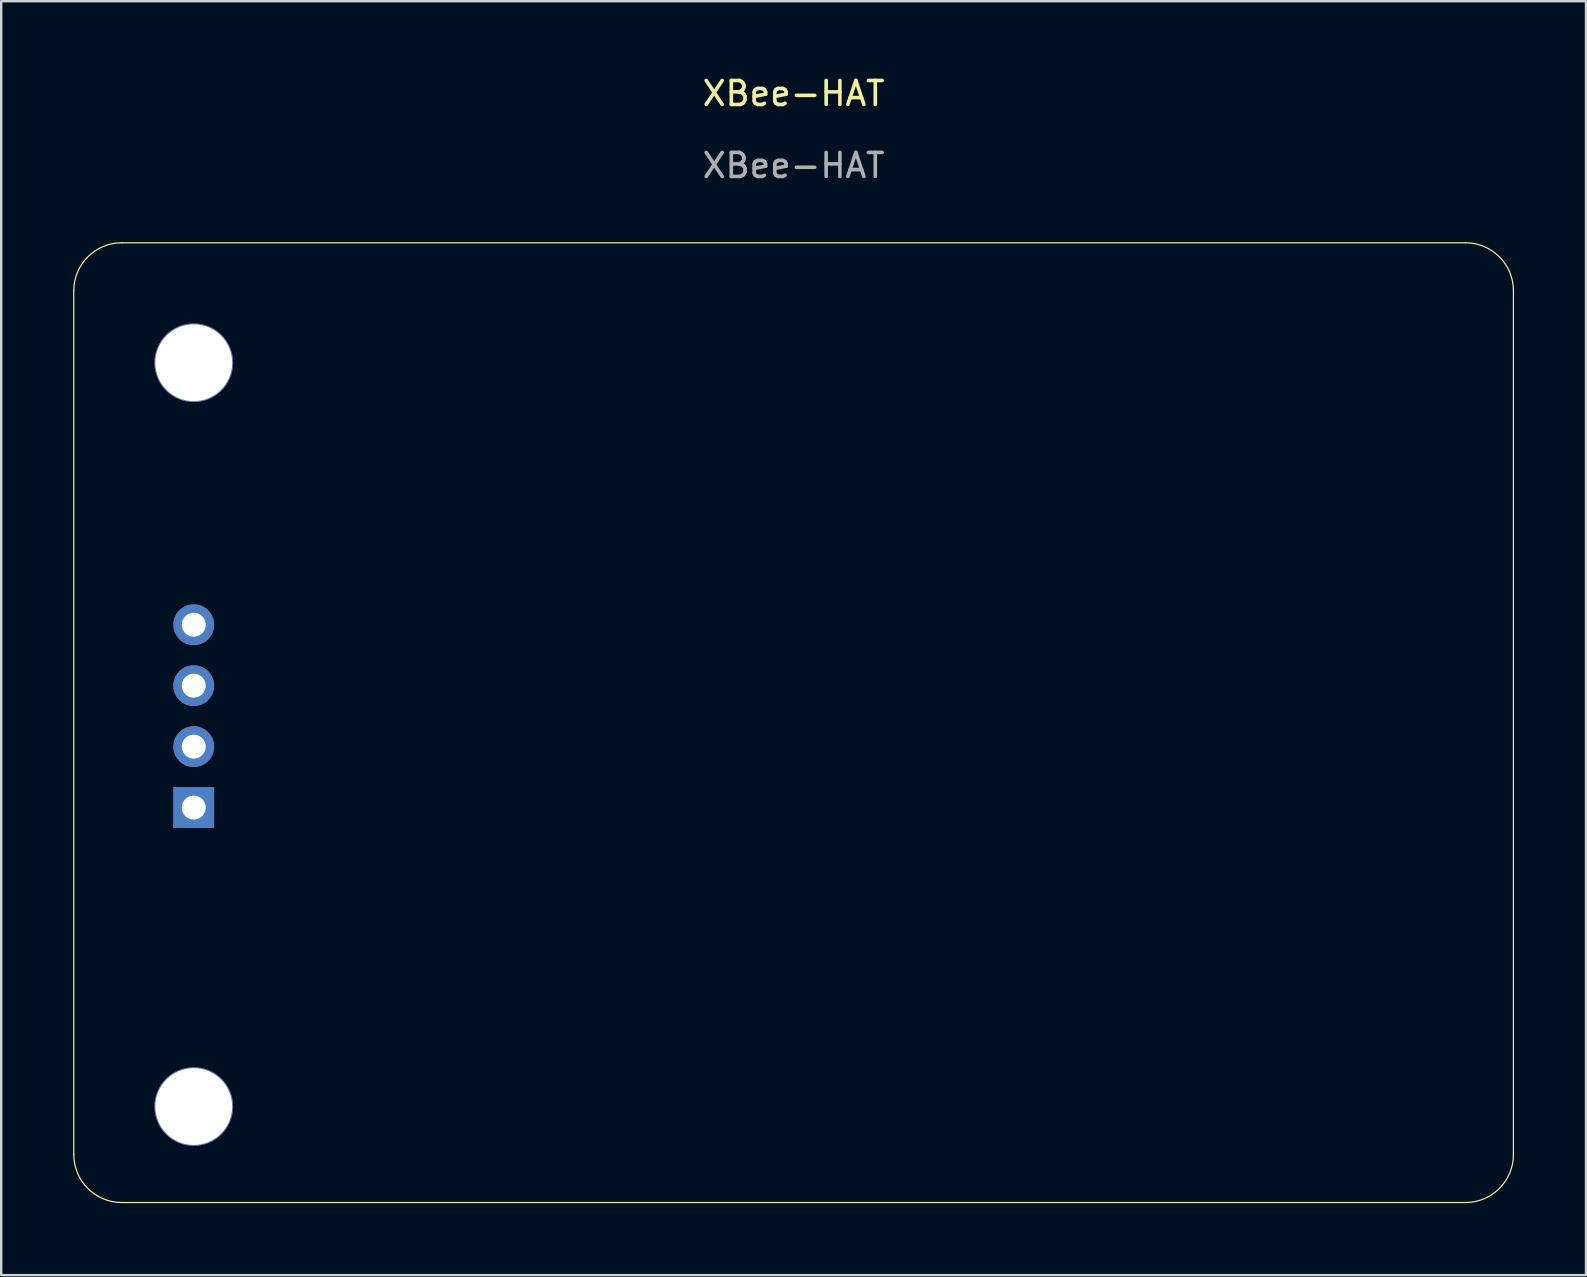
<source format=kicad_pcb>
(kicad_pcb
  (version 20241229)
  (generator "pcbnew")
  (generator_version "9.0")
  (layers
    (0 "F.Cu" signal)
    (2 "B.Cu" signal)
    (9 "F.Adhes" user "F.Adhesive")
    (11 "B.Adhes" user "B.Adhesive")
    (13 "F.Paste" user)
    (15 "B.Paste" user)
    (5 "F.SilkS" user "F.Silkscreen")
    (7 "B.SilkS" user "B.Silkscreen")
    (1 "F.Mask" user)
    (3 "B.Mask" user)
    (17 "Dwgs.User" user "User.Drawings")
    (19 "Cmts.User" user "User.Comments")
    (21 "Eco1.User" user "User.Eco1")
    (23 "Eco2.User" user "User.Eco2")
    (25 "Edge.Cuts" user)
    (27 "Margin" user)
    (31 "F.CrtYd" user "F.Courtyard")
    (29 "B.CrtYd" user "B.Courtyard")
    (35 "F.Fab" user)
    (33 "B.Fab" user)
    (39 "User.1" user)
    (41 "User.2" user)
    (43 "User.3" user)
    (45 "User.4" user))
  (footprint "XBee-HAT"
    (layer "F.Cu")
    (at 30.025 1.348)
    (property "Reference" "XBee-HAT" (at 0 -0.5 0) (unlocked yes) (layer "F.SilkS") (effects (font (size 1 1) (thickness 0.15))))
    (attr smd)
    (fp_line (start -30 7.72) (end -30 43.72) (stroke (width 0.05) (type solid)) (layer "F.SilkS"))
    (fp_line (start -28 45.72) (end 28 45.72) (stroke (width 0.05) (type solid)) (layer "F.SilkS"))
    (fp_line (start 28 5.72) (end -28 5.72) (stroke (width 0.05) (type solid)) (layer "F.SilkS"))
    (fp_line (start 30 43.72) (end 30 7.72) (stroke (width 0.05) (type solid)) (layer "F.SilkS"))
    (fp_arc (start -30 7.72) (mid -29.414214 6.305786) (end -28 5.72) (stroke (width 0.05) (type solid)) (layer "F.SilkS"))
    (fp_arc (start -28 45.72) (mid -29.414214 45.134214) (end -30 43.72) (stroke (width 0.05) (type solid)) (layer "F.SilkS"))
    (fp_arc (start 28 5.72) (mid 29.414214 6.305786) (end 30 7.72) (stroke (width 0.05) (type solid)) (layer "F.SilkS"))
    (fp_arc (start 30 43.72) (mid 29.414214 45.134214) (end 28 45.72) (stroke (width 0.05) (type solid)) (layer "F.SilkS"))
    (fp_text user "${REFERENCE}" (at 0 2.5 0) (unlocked yes) (layer "F.Fab") (effects (font (size 1 1) (thickness 0.15))))
    (pad "" np_thru_hole circle (at -25 10.72 90) (size 3.277 3.277) (drill 3.2) (layers "*.Cu" "*.Mask"))
    (pad "" np_thru_hole circle (at -25 41.72 90) (size 3.277 3.277) (drill 3.2) (layers "*.Cu" "*.Mask"))
    (pad "1" thru_hole rect (at -25 29.26 180) (size 1.7 1.7) (drill 1) (layers "*.Cu" "*.Mask"))
    (pad "2" thru_hole circle (at -25 26.72 180) (size 1.7 1.7) (drill 1) (layers "*.Cu" "*.Mask"))
    (pad "3" thru_hole circle (at -25 24.18 180) (size 1.7 1.7) (drill 1) (layers "*.Cu" "*.Mask"))
    (pad "4" thru_hole circle (at -25 21.64 180) (size 1.7 1.7) (drill 1) (layers "*.Cu" "*.Mask")))
  (gr_rect
    (start -3 -3)
    (end 63.05 50.093)
    (stroke (width 0.1) (type default))
    (fill no)
    (layer "Edge.Cuts")))
</source>
